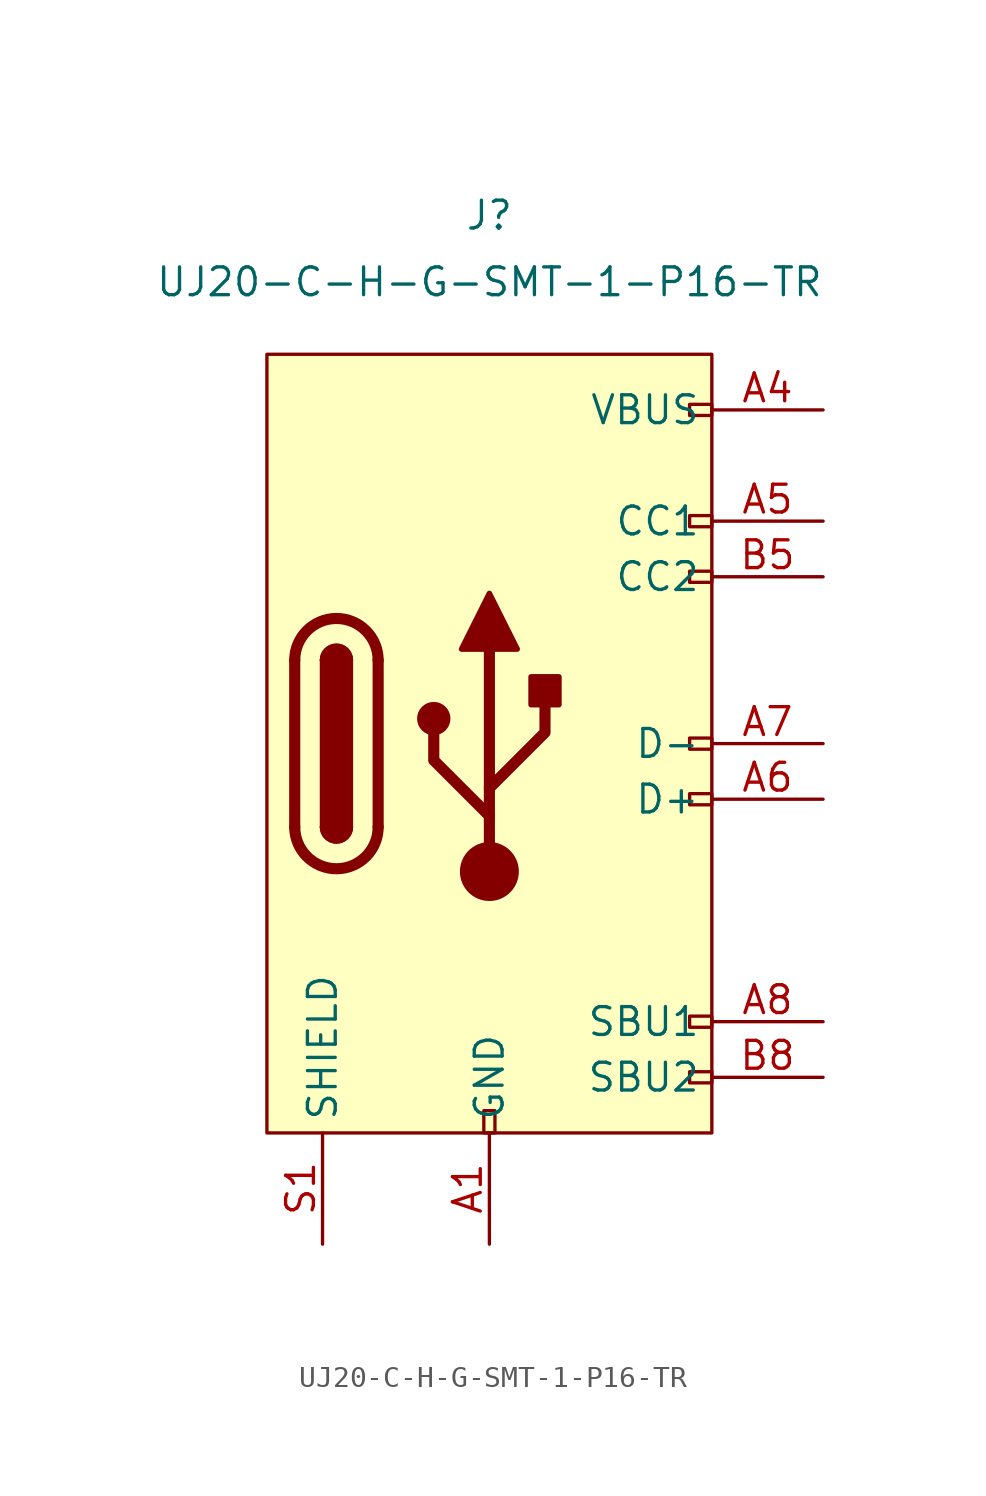
<source format=kicad_sym>
(kicad_symbol_lib
  (version 20241209)
  (generator "kicad_symbol_editor")
  (generator_version "9.0")
  (symbol "UJ20-C-H-G-SMT-1-P16-TR"
    (property "Reference" "J"
      (at 0 0 0)
      (effects (font (size 1.27 1.27))))
    (symbol "UJ20-C-H-G-SMT-1-P16-TR_0_0"
      (rectangle (start -0.254 -41.91) (end 0.254 -40.894) (stroke (width 0) (type default)) (fill (type none)))
      (rectangle (start 10.16 -8.636) (end 9.144 -9.144) (stroke (width 0) (type default)) (fill (type none)))
      (rectangle (start 10.16 -13.716) (end 9.144 -14.224) (stroke (width 0) (type default)) (fill (type none)))
      (rectangle (start 10.16 -16.256) (end 9.144 -16.764) (stroke (width 0) (type default)) (fill (type none)))
      (rectangle (start 10.16 -23.876) (end 9.144 -24.384) (stroke (width 0) (type default)) (fill (type none)))
      (rectangle (start 10.16 -26.416) (end 9.144 -26.924) (stroke (width 0) (type default)) (fill (type none)))
      (rectangle (start 10.16 -36.576) (end 9.144 -37.084) (stroke (width 0) (type default)) (fill (type none)))
      (rectangle (start 10.16 -39.116) (end 9.144 -39.624) (stroke (width 0) (type default)) (fill (type none))))
    (symbol "UJ20-C-H-G-SMT-1-P16-TR_0_1"
      (polyline (pts (xy -8.89 -27.94) (xy -8.89 -20.32)) (stroke (width 0.508) (type default)) (fill (type none)))
      (rectangle (start -7.62 -27.94) (end -6.35 -20.32) (stroke (width 0.254) (type default)) (fill (type outline)))
      (arc (start -7.62 -20.32) (mid -6.985 -19.6877) (end -6.35 -20.32) (stroke (width 0.254) (type default)) (fill (type none)))
      (arc (start -7.62 -20.32) (mid -6.985 -19.6877) (end -6.35 -20.32) (stroke (width 0.254) (type default)) (fill (type outline)))
      (arc (start -8.89 -20.32) (mid -6.985 -18.4233) (end -5.08 -20.32) (stroke (width 0.508) (type default)) (fill (type none)))
      (arc (start -5.08 -27.94) (mid -6.985 -29.8367) (end -8.89 -27.94) (stroke (width 0.508) (type default)) (fill (type none)))
      (arc (start -6.35 -27.94) (mid -6.985 -28.5723) (end -7.62 -27.94) (stroke (width 0.254) (type default)) (fill (type none)))
      (arc (start -6.35 -27.94) (mid -6.985 -28.5723) (end -7.62 -27.94) (stroke (width 0.254) (type default)) (fill (type outline)))
      (polyline (pts (xy -5.08 -20.32) (xy -5.08 -27.94)) (stroke (width 0.508) (type default)) (fill (type none)))
      (circle (center -2.54 -22.987) (radius 0.635) (stroke (width 0.254) (type default)) (fill (type outline)))
      (polyline (pts (xy -1.27 -19.812) (xy 0 -17.272) (xy 1.27 -19.812) (xy -1.27 -19.812)) (stroke (width 0.254) (type default)) (fill (type outline)))
      (polyline (pts (xy 0 -26.162) (xy 2.54 -23.622) (xy 2.54 -22.352)) (stroke (width 0.508) (type default)) (fill (type none)))
      (polyline (pts (xy 0 -27.432) (xy -2.54 -24.892) (xy -2.54 -23.622)) (stroke (width 0.508) (type default)) (fill (type none)))
      (polyline (pts (xy 0 -29.972) (xy 0 -19.812)) (stroke (width 0.508) (type default)) (fill (type none)))
      (circle (center 0 -29.972) (radius 1.27) (stroke (width 0) (type default)) (fill (type outline)))
      (rectangle (start 1.905 -22.352) (end 3.175 -21.082) (stroke (width 0.254) (type default)) (fill (type outline))))
    (symbol "UJ20-C-H-G-SMT-1-P16-TR_1_1"
      (rectangle (start -10.16 -6.35) (end 10.16 -41.91) (stroke (width 0) (type solid)) (fill (type background)))
      (text "UJ20-C-H-G-SMT-1-P16-TR" (at 0 -3.048 0) (effects (font (size 1.27 1.27) (color 0 100 100 1))))
      (pin passive line (at -7.62 -46.99 90) (length 5.08) (name "SHIELD" (effects (font (size 1.27 1.27)))) (number "S1" (effects (font (size 1.27 1.27)))))
      (pin passive line (at 0 -46.99 90) (length 5.08) (name "GND" (effects (font (size 1.27 1.27)))) (number "A1" (effects (font (size 1.27 1.27)))))
      (pin passive line (at 0 -46.99 90) (length 5.08) (hide yes) (name "GND" (effects (font (size 1.27 1.27)))) (number "A12" (effects (font (size 1.27 1.27)))))
      (pin passive line (at 0 -46.99 90) (length 5.08) (hide yes) (name "GND" (effects (font (size 1.27 1.27)))) (number "B1" (effects (font (size 1.27 1.27)))))
      (pin passive line (at 0 -46.99 90) (length 5.08) (hide yes) (name "GND" (effects (font (size 1.27 1.27)))) (number "B12" (effects (font (size 1.27 1.27)))))
      (pin passive line (at 15.24 -8.89 180) (length 5.08) (name "VBUS" (effects (font (size 1.27 1.27)))) (number "A4" (effects (font (size 1.27 1.27)))))
      (pin passive line (at 15.24 -8.89 180) (length 5.08) (hide yes) (name "VBUS" (effects (font (size 1.27 1.27)))) (number "A9" (effects (font (size 1.27 1.27)))))
      (pin passive line (at 15.24 -8.89 180) (length 5.08) (hide yes) (name "VBUS" (effects (font (size 1.27 1.27)))) (number "B4" (effects (font (size 1.27 1.27)))))
      (pin passive line (at 15.24 -8.89 180) (length 5.08) (hide yes) (name "VBUS" (effects (font (size 1.27 1.27)))) (number "B9" (effects (font (size 1.27 1.27)))))
      (pin bidirectional line (at 15.24 -13.97 180) (length 5.08) (name "CC1" (effects (font (size 1.27 1.27)))) (number "A5" (effects (font (size 1.27 1.27)))))
      (pin bidirectional line (at 15.24 -16.51 180) (length 5.08) (name "CC2" (effects (font (size 1.27 1.27)))) (number "B5" (effects (font (size 1.27 1.27)))))
      (pin bidirectional line (at 15.24 -24.13 180) (length 5.08) (name "D-" (effects (font (size 1.27 1.27)))) (number "A7" (effects (font (size 1.27 1.27)))))
      (pin bidirectional line (at 15.24 -24.13 180) (length 5.08) (hide yes) (name "D-" (effects (font (size 1.27 1.27)))) (number "B7" (effects (font (size 1.27 1.27)))))
      (pin bidirectional line (at 15.24 -26.67 180) (length 5.08) (name "D+" (effects (font (size 1.27 1.27)))) (number "A6" (effects (font (size 1.27 1.27)))))
      (pin bidirectional line (at 15.24 -26.67 180) (length 5.08) (hide yes) (name "D+" (effects (font (size 1.27 1.27)))) (number "B6" (effects (font (size 1.27 1.27)))))
      (pin bidirectional line (at 15.24 -36.83 180) (length 5.08) (name "SBU1" (effects (font (size 1.27 1.27)))) (number "A8" (effects (font (size 1.27 1.27)))))
      (pin bidirectional line (at 15.24 -39.37 180) (length 5.08) (name "SBU2" (effects (font (size 1.27 1.27)))) (number "B8" (effects (font (size 1.27 1.27))))))))
</source>
